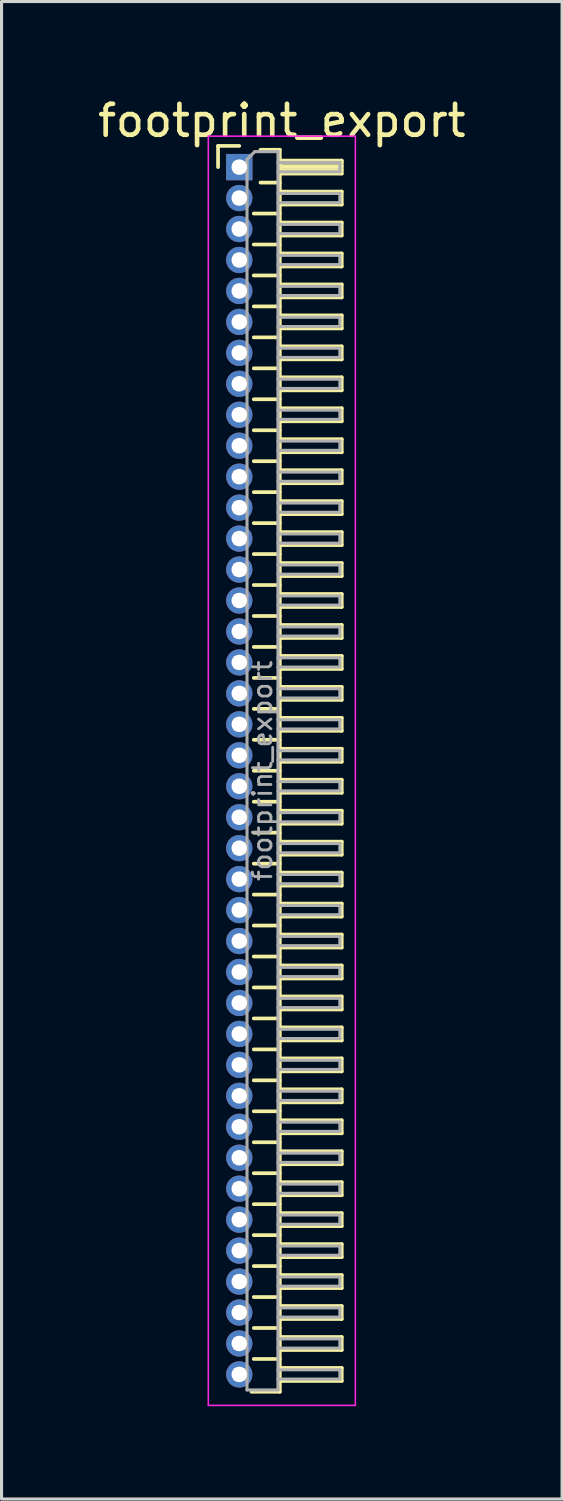
<source format=kicad_pcb>
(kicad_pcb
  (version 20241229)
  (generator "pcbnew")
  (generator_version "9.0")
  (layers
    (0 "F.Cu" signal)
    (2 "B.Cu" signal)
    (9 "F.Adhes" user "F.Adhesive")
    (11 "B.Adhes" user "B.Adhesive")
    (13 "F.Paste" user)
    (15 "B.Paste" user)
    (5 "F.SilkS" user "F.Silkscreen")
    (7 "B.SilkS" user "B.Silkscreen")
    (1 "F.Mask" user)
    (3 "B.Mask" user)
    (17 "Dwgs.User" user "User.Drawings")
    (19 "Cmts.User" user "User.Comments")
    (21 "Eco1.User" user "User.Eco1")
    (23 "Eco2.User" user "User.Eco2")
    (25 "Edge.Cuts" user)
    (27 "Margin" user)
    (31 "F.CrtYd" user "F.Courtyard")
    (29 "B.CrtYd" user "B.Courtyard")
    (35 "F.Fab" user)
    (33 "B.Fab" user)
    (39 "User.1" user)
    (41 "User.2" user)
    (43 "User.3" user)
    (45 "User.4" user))
  (footprint "footprint_export"
    (layer "F.Cu")
    (at 4.679 2.348)
    (property "Reference" "footprint_export" (at 1.375 -1.5 0) (layer "F.SilkS") (effects (font (size 1 1) (thickness 0.15))))
    (attr through_hole)
    (fp_line (start -0.685 -0.685) (end 0 -0.685) (stroke (width 0.12) (type solid)) (layer "F.SilkS"))
    (fp_line (start -0.685 0) (end -0.685 -0.685) (stroke (width 0.12) (type solid)) (layer "F.SilkS"))
    (fp_line (start 0.468 1.5) (end 1.31 1.5) (stroke (width 0.12) (type solid)) (layer "F.SilkS"))
    (fp_line (start 0.468 2.5) (end 1.31 2.5) (stroke (width 0.12) (type solid)) (layer "F.SilkS"))
    (fp_line (start 0.468 3.5) (end 1.31 3.5) (stroke (width 0.12) (type solid)) (layer "F.SilkS"))
    (fp_line (start 0.468 4.5) (end 1.31 4.5) (stroke (width 0.12) (type solid)) (layer "F.SilkS"))
    (fp_line (start 0.468 5.5) (end 1.31 5.5) (stroke (width 0.12) (type solid)) (layer "F.SilkS"))
    (fp_line (start 0.468 6.5) (end 1.31 6.5) (stroke (width 0.12) (type solid)) (layer "F.SilkS"))
    (fp_line (start 0.468 7.5) (end 1.31 7.5) (stroke (width 0.12) (type solid)) (layer "F.SilkS"))
    (fp_line (start 0.468 8.5) (end 1.31 8.5) (stroke (width 0.12) (type solid)) (layer "F.SilkS"))
    (fp_line (start 0.468 9.5) (end 1.31 9.5) (stroke (width 0.12) (type solid)) (layer "F.SilkS"))
    (fp_line (start 0.468 10.5) (end 1.31 10.5) (stroke (width 0.12) (type solid)) (layer "F.SilkS"))
    (fp_line (start 0.468 11.5) (end 1.31 11.5) (stroke (width 0.12) (type solid)) (layer "F.SilkS"))
    (fp_line (start 0.468 12.5) (end 1.31 12.5) (stroke (width 0.12) (type solid)) (layer "F.SilkS"))
    (fp_line (start 0.468 13.5) (end 1.31 13.5) (stroke (width 0.12) (type solid)) (layer "F.SilkS"))
    (fp_line (start 0.468 14.5) (end 1.31 14.5) (stroke (width 0.12) (type solid)) (layer "F.SilkS"))
    (fp_line (start 0.468 15.5) (end 1.31 15.5) (stroke (width 0.12) (type solid)) (layer "F.SilkS"))
    (fp_line (start 0.468 16.5) (end 1.31 16.5) (stroke (width 0.12) (type solid)) (layer "F.SilkS"))
    (fp_line (start 0.468 17.5) (end 1.31 17.5) (stroke (width 0.12) (type solid)) (layer "F.SilkS"))
    (fp_line (start 0.468 18.5) (end 1.31 18.5) (stroke (width 0.12) (type solid)) (layer "F.SilkS"))
    (fp_line (start 0.468 19.5) (end 1.31 19.5) (stroke (width 0.12) (type solid)) (layer "F.SilkS"))
    (fp_line (start 0.468 20.5) (end 1.31 20.5) (stroke (width 0.12) (type solid)) (layer "F.SilkS"))
    (fp_line (start 0.468 21.5) (end 1.31 21.5) (stroke (width 0.12) (type solid)) (layer "F.SilkS"))
    (fp_line (start 0.468 22.5) (end 1.31 22.5) (stroke (width 0.12) (type solid)) (layer "F.SilkS"))
    (fp_line (start 0.468 23.5) (end 1.31 23.5) (stroke (width 0.12) (type solid)) (layer "F.SilkS"))
    (fp_line (start 0.468 24.5) (end 1.31 24.5) (stroke (width 0.12) (type solid)) (layer "F.SilkS"))
    (fp_line (start 0.468 25.5) (end 1.31 25.5) (stroke (width 0.12) (type solid)) (layer "F.SilkS"))
    (fp_line (start 0.468 26.5) (end 1.31 26.5) (stroke (width 0.12) (type solid)) (layer "F.SilkS"))
    (fp_line (start 0.468 27.5) (end 1.31 27.5) (stroke (width 0.12) (type solid)) (layer "F.SilkS"))
    (fp_line (start 0.468 28.5) (end 1.31 28.5) (stroke (width 0.12) (type solid)) (layer "F.SilkS"))
    (fp_line (start 0.468 29.5) (end 1.31 29.5) (stroke (width 0.12) (type solid)) (layer "F.SilkS"))
    (fp_line (start 0.468 30.5) (end 1.31 30.5) (stroke (width 0.12) (type solid)) (layer "F.SilkS"))
    (fp_line (start 0.468 31.5) (end 1.31 31.5) (stroke (width 0.12) (type solid)) (layer "F.SilkS"))
    (fp_line (start 0.468 32.5) (end 1.31 32.5) (stroke (width 0.12) (type solid)) (layer "F.SilkS"))
    (fp_line (start 0.468 33.5) (end 1.31 33.5) (stroke (width 0.12) (type solid)) (layer "F.SilkS"))
    (fp_line (start 0.468 34.5) (end 1.31 34.5) (stroke (width 0.12) (type solid)) (layer "F.SilkS"))
    (fp_line (start 0.468 35.5) (end 1.31 35.5) (stroke (width 0.12) (type solid)) (layer "F.SilkS"))
    (fp_line (start 0.468 36.5) (end 1.31 36.5) (stroke (width 0.12) (type solid)) (layer "F.SilkS"))
    (fp_line (start 0.468 37.5) (end 1.31 37.5) (stroke (width 0.12) (type solid)) (layer "F.SilkS"))
    (fp_line (start 0.468 38.5) (end 1.31 38.5) (stroke (width 0.12) (type solid)) (layer "F.SilkS"))
    (fp_line (start 0.685 -0.56) (end 1.31 -0.56) (stroke (width 0.12) (type solid)) (layer "F.SilkS"))
    (fp_line (start 0.685 0.5) (end 1.31 0.5) (stroke (width 0.12) (type solid)) (layer "F.SilkS"))
    (fp_line (start 1.31 -0.56) (end 1.31 39.56) (stroke (width 0.12) (type solid)) (layer "F.SilkS"))
    (fp_line (start 1.31 -0.21) (end 3.31 -0.21) (stroke (width 0.12) (type solid)) (layer "F.SilkS"))
    (fp_line (start 1.31 -0.15) (end 3.31 -0.15) (stroke (width 0.12) (type solid)) (layer "F.SilkS"))
    (fp_line (start 1.31 -0.03) (end 3.31 -0.03) (stroke (width 0.12) (type solid)) (layer "F.SilkS"))
    (fp_line (start 1.31 0.09) (end 3.31 0.09) (stroke (width 0.12) (type solid)) (layer "F.SilkS"))
    (fp_line (start 1.31 0.79) (end 3.31 0.79) (stroke (width 0.12) (type solid)) (layer "F.SilkS"))
    (fp_line (start 1.31 1.79) (end 3.31 1.79) (stroke (width 0.12) (type solid)) (layer "F.SilkS"))
    (fp_line (start 1.31 2.79) (end 3.31 2.79) (stroke (width 0.12) (type solid)) (layer "F.SilkS"))
    (fp_line (start 1.31 3.79) (end 3.31 3.79) (stroke (width 0.12) (type solid)) (layer "F.SilkS"))
    (fp_line (start 1.31 4.79) (end 3.31 4.79) (stroke (width 0.12) (type solid)) (layer "F.SilkS"))
    (fp_line (start 1.31 5.79) (end 3.31 5.79) (stroke (width 0.12) (type solid)) (layer "F.SilkS"))
    (fp_line (start 1.31 6.79) (end 3.31 6.79) (stroke (width 0.12) (type solid)) (layer "F.SilkS"))
    (fp_line (start 1.31 7.79) (end 3.31 7.79) (stroke (width 0.12) (type solid)) (layer "F.SilkS"))
    (fp_line (start 1.31 8.79) (end 3.31 8.79) (stroke (width 0.12) (type solid)) (layer "F.SilkS"))
    (fp_line (start 1.31 9.79) (end 3.31 9.79) (stroke (width 0.12) (type solid)) (layer "F.SilkS"))
    (fp_line (start 1.31 10.79) (end 3.31 10.79) (stroke (width 0.12) (type solid)) (layer "F.SilkS"))
    (fp_line (start 1.31 11.79) (end 3.31 11.79) (stroke (width 0.12) (type solid)) (layer "F.SilkS"))
    (fp_line (start 1.31 12.79) (end 3.31 12.79) (stroke (width 0.12) (type solid)) (layer "F.SilkS"))
    (fp_line (start 1.31 13.79) (end 3.31 13.79) (stroke (width 0.12) (type solid)) (layer "F.SilkS"))
    (fp_line (start 1.31 14.79) (end 3.31 14.79) (stroke (width 0.12) (type solid)) (layer "F.SilkS"))
    (fp_line (start 1.31 15.79) (end 3.31 15.79) (stroke (width 0.12) (type solid)) (layer "F.SilkS"))
    (fp_line (start 1.31 16.79) (end 3.31 16.79) (stroke (width 0.12) (type solid)) (layer "F.SilkS"))
    (fp_line (start 1.31 17.79) (end 3.31 17.79) (stroke (width 0.12) (type solid)) (layer "F.SilkS"))
    (fp_line (start 1.31 18.79) (end 3.31 18.79) (stroke (width 0.12) (type solid)) (layer "F.SilkS"))
    (fp_line (start 1.31 19.79) (end 3.31 19.79) (stroke (width 0.12) (type solid)) (layer "F.SilkS"))
    (fp_line (start 1.31 20.79) (end 3.31 20.79) (stroke (width 0.12) (type solid)) (layer "F.SilkS"))
    (fp_line (start 1.31 21.79) (end 3.31 21.79) (stroke (width 0.12) (type solid)) (layer "F.SilkS"))
    (fp_line (start 1.31 22.79) (end 3.31 22.79) (stroke (width 0.12) (type solid)) (layer "F.SilkS"))
    (fp_line (start 1.31 23.79) (end 3.31 23.79) (stroke (width 0.12) (type solid)) (layer "F.SilkS"))
    (fp_line (start 1.31 24.79) (end 3.31 24.79) (stroke (width 0.12) (type solid)) (layer "F.SilkS"))
    (fp_line (start 1.31 25.79) (end 3.31 25.79) (stroke (width 0.12) (type solid)) (layer "F.SilkS"))
    (fp_line (start 1.31 26.79) (end 3.31 26.79) (stroke (width 0.12) (type solid)) (layer "F.SilkS"))
    (fp_line (start 1.31 27.79) (end 3.31 27.79) (stroke (width 0.12) (type solid)) (layer "F.SilkS"))
    (fp_line (start 1.31 28.79) (end 3.31 28.79) (stroke (width 0.12) (type solid)) (layer "F.SilkS"))
    (fp_line (start 1.31 29.79) (end 3.31 29.79) (stroke (width 0.12) (type solid)) (layer "F.SilkS"))
    (fp_line (start 1.31 30.79) (end 3.31 30.79) (stroke (width 0.12) (type solid)) (layer "F.SilkS"))
    (fp_line (start 1.31 31.79) (end 3.31 31.79) (stroke (width 0.12) (type solid)) (layer "F.SilkS"))
    (fp_line (start 1.31 32.79) (end 3.31 32.79) (stroke (width 0.12) (type solid)) (layer "F.SilkS"))
    (fp_line (start 1.31 33.79) (end 3.31 33.79) (stroke (width 0.12) (type solid)) (layer "F.SilkS"))
    (fp_line (start 1.31 34.79) (end 3.31 34.79) (stroke (width 0.12) (type solid)) (layer "F.SilkS"))
    (fp_line (start 1.31 35.79) (end 3.31 35.79) (stroke (width 0.12) (type solid)) (layer "F.SilkS"))
    (fp_line (start 1.31 36.79) (end 3.31 36.79) (stroke (width 0.12) (type solid)) (layer "F.SilkS"))
    (fp_line (start 1.31 37.79) (end 3.31 37.79) (stroke (width 0.12) (type solid)) (layer "F.SilkS"))
    (fp_line (start 1.31 38.79) (end 3.31 38.79) (stroke (width 0.12) (type solid)) (layer "F.SilkS"))
    (fp_line (start 1.31 39.56) (end 0.394 39.56) (stroke (width 0.12) (type solid)) (layer "F.SilkS"))
    (fp_line (start 3.31 -0.21) (end 3.31 0.21) (stroke (width 0.12) (type solid)) (layer "F.SilkS"))
    (fp_line (start 3.31 0.21) (end 1.31 0.21) (stroke (width 0.12) (type solid)) (layer "F.SilkS"))
    (fp_line (start 3.31 0.79) (end 3.31 1.21) (stroke (width 0.12) (type solid)) (layer "F.SilkS"))
    (fp_line (start 3.31 1.21) (end 1.31 1.21) (stroke (width 0.12) (type solid)) (layer "F.SilkS"))
    (fp_line (start 3.31 1.79) (end 3.31 2.21) (stroke (width 0.12) (type solid)) (layer "F.SilkS"))
    (fp_line (start 3.31 2.21) (end 1.31 2.21) (stroke (width 0.12) (type solid)) (layer "F.SilkS"))
    (fp_line (start 3.31 2.79) (end 3.31 3.21) (stroke (width 0.12) (type solid)) (layer "F.SilkS"))
    (fp_line (start 3.31 3.21) (end 1.31 3.21) (stroke (width 0.12) (type solid)) (layer "F.SilkS"))
    (fp_line (start 3.31 3.79) (end 3.31 4.21) (stroke (width 0.12) (type solid)) (layer "F.SilkS"))
    (fp_line (start 3.31 4.21) (end 1.31 4.21) (stroke (width 0.12) (type solid)) (layer "F.SilkS"))
    (fp_line (start 3.31 4.79) (end 3.31 5.21) (stroke (width 0.12) (type solid)) (layer "F.SilkS"))
    (fp_line (start 3.31 5.21) (end 1.31 5.21) (stroke (width 0.12) (type solid)) (layer "F.SilkS"))
    (fp_line (start 3.31 5.79) (end 3.31 6.21) (stroke (width 0.12) (type solid)) (layer "F.SilkS"))
    (fp_line (start 3.31 6.21) (end 1.31 6.21) (stroke (width 0.12) (type solid)) (layer "F.SilkS"))
    (fp_line (start 3.31 6.79) (end 3.31 7.21) (stroke (width 0.12) (type solid)) (layer "F.SilkS"))
    (fp_line (start 3.31 7.21) (end 1.31 7.21) (stroke (width 0.12) (type solid)) (layer "F.SilkS"))
    (fp_line (start 3.31 7.79) (end 3.31 8.21) (stroke (width 0.12) (type solid)) (layer "F.SilkS"))
    (fp_line (start 3.31 8.21) (end 1.31 8.21) (stroke (width 0.12) (type solid)) (layer "F.SilkS"))
    (fp_line (start 3.31 8.79) (end 3.31 9.21) (stroke (width 0.12) (type solid)) (layer "F.SilkS"))
    (fp_line (start 3.31 9.21) (end 1.31 9.21) (stroke (width 0.12) (type solid)) (layer "F.SilkS"))
    (fp_line (start 3.31 9.79) (end 3.31 10.21) (stroke (width 0.12) (type solid)) (layer "F.SilkS"))
    (fp_line (start 3.31 10.21) (end 1.31 10.21) (stroke (width 0.12) (type solid)) (layer "F.SilkS"))
    (fp_line (start 3.31 10.79) (end 3.31 11.21) (stroke (width 0.12) (type solid)) (layer "F.SilkS"))
    (fp_line (start 3.31 11.21) (end 1.31 11.21) (stroke (width 0.12) (type solid)) (layer "F.SilkS"))
    (fp_line (start 3.31 11.79) (end 3.31 12.21) (stroke (width 0.12) (type solid)) (layer "F.SilkS"))
    (fp_line (start 3.31 12.21) (end 1.31 12.21) (stroke (width 0.12) (type solid)) (layer "F.SilkS"))
    (fp_line (start 3.31 12.79) (end 3.31 13.21) (stroke (width 0.12) (type solid)) (layer "F.SilkS"))
    (fp_line (start 3.31 13.21) (end 1.31 13.21) (stroke (width 0.12) (type solid)) (layer "F.SilkS"))
    (fp_line (start 3.31 13.79) (end 3.31 14.21) (stroke (width 0.12) (type solid)) (layer "F.SilkS"))
    (fp_line (start 3.31 14.21) (end 1.31 14.21) (stroke (width 0.12) (type solid)) (layer "F.SilkS"))
    (fp_line (start 3.31 14.79) (end 3.31 15.21) (stroke (width 0.12) (type solid)) (layer "F.SilkS"))
    (fp_line (start 3.31 15.21) (end 1.31 15.21) (stroke (width 0.12) (type solid)) (layer "F.SilkS"))
    (fp_line (start 3.31 15.79) (end 3.31 16.21) (stroke (width 0.12) (type solid)) (layer "F.SilkS"))
    (fp_line (start 3.31 16.21) (end 1.31 16.21) (stroke (width 0.12) (type solid)) (layer "F.SilkS"))
    (fp_line (start 3.31 16.79) (end 3.31 17.21) (stroke (width 0.12) (type solid)) (layer "F.SilkS"))
    (fp_line (start 3.31 17.21) (end 1.31 17.21) (stroke (width 0.12) (type solid)) (layer "F.SilkS"))
    (fp_line (start 3.31 17.79) (end 3.31 18.21) (stroke (width 0.12) (type solid)) (layer "F.SilkS"))
    (fp_line (start 3.31 18.21) (end 1.31 18.21) (stroke (width 0.12) (type solid)) (layer "F.SilkS"))
    (fp_line (start 3.31 18.79) (end 3.31 19.21) (stroke (width 0.12) (type solid)) (layer "F.SilkS"))
    (fp_line (start 3.31 19.21) (end 1.31 19.21) (stroke (width 0.12) (type solid)) (layer "F.SilkS"))
    (fp_line (start 3.31 19.79) (end 3.31 20.21) (stroke (width 0.12) (type solid)) (layer "F.SilkS"))
    (fp_line (start 3.31 20.21) (end 1.31 20.21) (stroke (width 0.12) (type solid)) (layer "F.SilkS"))
    (fp_line (start 3.31 20.79) (end 3.31 21.21) (stroke (width 0.12) (type solid)) (layer "F.SilkS"))
    (fp_line (start 3.31 21.21) (end 1.31 21.21) (stroke (width 0.12) (type solid)) (layer "F.SilkS"))
    (fp_line (start 3.31 21.79) (end 3.31 22.21) (stroke (width 0.12) (type solid)) (layer "F.SilkS"))
    (fp_line (start 3.31 22.21) (end 1.31 22.21) (stroke (width 0.12) (type solid)) (layer "F.SilkS"))
    (fp_line (start 3.31 22.79) (end 3.31 23.21) (stroke (width 0.12) (type solid)) (layer "F.SilkS"))
    (fp_line (start 3.31 23.21) (end 1.31 23.21) (stroke (width 0.12) (type solid)) (layer "F.SilkS"))
    (fp_line (start 3.31 23.79) (end 3.31 24.21) (stroke (width 0.12) (type solid)) (layer "F.SilkS"))
    (fp_line (start 3.31 24.21) (end 1.31 24.21) (stroke (width 0.12) (type solid)) (layer "F.SilkS"))
    (fp_line (start 3.31 24.79) (end 3.31 25.21) (stroke (width 0.12) (type solid)) (layer "F.SilkS"))
    (fp_line (start 3.31 25.21) (end 1.31 25.21) (stroke (width 0.12) (type solid)) (layer "F.SilkS"))
    (fp_line (start 3.31 25.79) (end 3.31 26.21) (stroke (width 0.12) (type solid)) (layer "F.SilkS"))
    (fp_line (start 3.31 26.21) (end 1.31 26.21) (stroke (width 0.12) (type solid)) (layer "F.SilkS"))
    (fp_line (start 3.31 26.79) (end 3.31 27.21) (stroke (width 0.12) (type solid)) (layer "F.SilkS"))
    (fp_line (start 3.31 27.21) (end 1.31 27.21) (stroke (width 0.12) (type solid)) (layer "F.SilkS"))
    (fp_line (start 3.31 27.79) (end 3.31 28.21) (stroke (width 0.12) (type solid)) (layer "F.SilkS"))
    (fp_line (start 3.31 28.21) (end 1.31 28.21) (stroke (width 0.12) (type solid)) (layer "F.SilkS"))
    (fp_line (start 3.31 28.79) (end 3.31 29.21) (stroke (width 0.12) (type solid)) (layer "F.SilkS"))
    (fp_line (start 3.31 29.21) (end 1.31 29.21) (stroke (width 0.12) (type solid)) (layer "F.SilkS"))
    (fp_line (start 3.31 29.79) (end 3.31 30.21) (stroke (width 0.12) (type solid)) (layer "F.SilkS"))
    (fp_line (start 3.31 30.21) (end 1.31 30.21) (stroke (width 0.12) (type solid)) (layer "F.SilkS"))
    (fp_line (start 3.31 30.79) (end 3.31 31.21) (stroke (width 0.12) (type solid)) (layer "F.SilkS"))
    (fp_line (start 3.31 31.21) (end 1.31 31.21) (stroke (width 0.12) (type solid)) (layer "F.SilkS"))
    (fp_line (start 3.31 31.79) (end 3.31 32.21) (stroke (width 0.12) (type solid)) (layer "F.SilkS"))
    (fp_line (start 3.31 32.21) (end 1.31 32.21) (stroke (width 0.12) (type solid)) (layer "F.SilkS"))
    (fp_line (start 3.31 32.79) (end 3.31 33.21) (stroke (width 0.12) (type solid)) (layer "F.SilkS"))
    (fp_line (start 3.31 33.21) (end 1.31 33.21) (stroke (width 0.12) (type solid)) (layer "F.SilkS"))
    (fp_line (start 3.31 33.79) (end 3.31 34.21) (stroke (width 0.12) (type solid)) (layer "F.SilkS"))
    (fp_line (start 3.31 34.21) (end 1.31 34.21) (stroke (width 0.12) (type solid)) (layer "F.SilkS"))
    (fp_line (start 3.31 34.79) (end 3.31 35.21) (stroke (width 0.12) (type solid)) (layer "F.SilkS"))
    (fp_line (start 3.31 35.21) (end 1.31 35.21) (stroke (width 0.12) (type solid)) (layer "F.SilkS"))
    (fp_line (start 3.31 35.79) (end 3.31 36.21) (stroke (width 0.12) (type solid)) (layer "F.SilkS"))
    (fp_line (start 3.31 36.21) (end 1.31 36.21) (stroke (width 0.12) (type solid)) (layer "F.SilkS"))
    (fp_line (start 3.31 36.79) (end 3.31 37.21) (stroke (width 0.12) (type solid)) (layer "F.SilkS"))
    (fp_line (start 3.31 37.21) (end 1.31 37.21) (stroke (width 0.12) (type solid)) (layer "F.SilkS"))
    (fp_line (start 3.31 37.79) (end 3.31 38.21) (stroke (width 0.12) (type solid)) (layer "F.SilkS"))
    (fp_line (start 3.31 38.21) (end 1.31 38.21) (stroke (width 0.12) (type solid)) (layer "F.SilkS"))
    (fp_line (start 3.31 38.79) (end 3.31 39.21) (stroke (width 0.12) (type solid)) (layer "F.SilkS"))
    (fp_line (start 3.31 39.21) (end 1.31 39.21) (stroke (width 0.12) (type solid)) (layer "F.SilkS"))
    (fp_line (start -1 -1) (end -1 40) (stroke (width 0.05) (type solid)) (layer "F.CrtYd"))
    (fp_line (start -1 40) (end 3.75 40) (stroke (width 0.05) (type solid)) (layer "F.CrtYd"))
    (fp_line (start 3.75 -1) (end -1 -1) (stroke (width 0.05) (type solid)) (layer "F.CrtYd"))
    (fp_line (start 3.75 40) (end 3.75 -1) (stroke (width 0.05) (type solid)) (layer "F.CrtYd"))
    (fp_line (start -0.15 -0.15) (end -0.15 0.15) (stroke (width 0.1) (type solid)) (layer "F.Fab"))
    (fp_line (start -0.15 -0.15) (end 0.25 -0.15) (stroke (width 0.1) (type solid)) (layer "F.Fab"))
    (fp_line (start -0.15 0.15) (end 0.25 0.15) (stroke (width 0.1) (type solid)) (layer "F.Fab"))
    (fp_line (start -0.15 0.85) (end -0.15 1.15) (stroke (width 0.1) (type solid)) (layer "F.Fab"))
    (fp_line (start -0.15 0.85) (end 0.25 0.85) (stroke (width 0.1) (type solid)) (layer "F.Fab"))
    (fp_line (start -0.15 1.15) (end 0.25 1.15) (stroke (width 0.1) (type solid)) (layer "F.Fab"))
    (fp_line (start -0.15 1.85) (end -0.15 2.15) (stroke (width 0.1) (type solid)) (layer "F.Fab"))
    (fp_line (start -0.15 1.85) (end 0.25 1.85) (stroke (width 0.1) (type solid)) (layer "F.Fab"))
    (fp_line (start -0.15 2.15) (end 0.25 2.15) (stroke (width 0.1) (type solid)) (layer "F.Fab"))
    (fp_line (start -0.15 2.85) (end -0.15 3.15) (stroke (width 0.1) (type solid)) (layer "F.Fab"))
    (fp_line (start -0.15 2.85) (end 0.25 2.85) (stroke (width 0.1) (type solid)) (layer "F.Fab"))
    (fp_line (start -0.15 3.15) (end 0.25 3.15) (stroke (width 0.1) (type solid)) (layer "F.Fab"))
    (fp_line (start -0.15 3.85) (end -0.15 4.15) (stroke (width 0.1) (type solid)) (layer "F.Fab"))
    (fp_line (start -0.15 3.85) (end 0.25 3.85) (stroke (width 0.1) (type solid)) (layer "F.Fab"))
    (fp_line (start -0.15 4.15) (end 0.25 4.15) (stroke (width 0.1) (type solid)) (layer "F.Fab"))
    (fp_line (start -0.15 4.85) (end -0.15 5.15) (stroke (width 0.1) (type solid)) (layer "F.Fab"))
    (fp_line (start -0.15 4.85) (end 0.25 4.85) (stroke (width 0.1) (type solid)) (layer "F.Fab"))
    (fp_line (start -0.15 5.15) (end 0.25 5.15) (stroke (width 0.1) (type solid)) (layer "F.Fab"))
    (fp_line (start -0.15 5.85) (end -0.15 6.15) (stroke (width 0.1) (type solid)) (layer "F.Fab"))
    (fp_line (start -0.15 5.85) (end 0.25 5.85) (stroke (width 0.1) (type solid)) (layer "F.Fab"))
    (fp_line (start -0.15 6.15) (end 0.25 6.15) (stroke (width 0.1) (type solid)) (layer "F.Fab"))
    (fp_line (start -0.15 6.85) (end -0.15 7.15) (stroke (width 0.1) (type solid)) (layer "F.Fab"))
    (fp_line (start -0.15 6.85) (end 0.25 6.85) (stroke (width 0.1) (type solid)) (layer "F.Fab"))
    (fp_line (start -0.15 7.15) (end 0.25 7.15) (stroke (width 0.1) (type solid)) (layer "F.Fab"))
    (fp_line (start -0.15 7.85) (end -0.15 8.15) (stroke (width 0.1) (type solid)) (layer "F.Fab"))
    (fp_line (start -0.15 7.85) (end 0.25 7.85) (stroke (width 0.1) (type solid)) (layer "F.Fab"))
    (fp_line (start -0.15 8.15) (end 0.25 8.15) (stroke (width 0.1) (type solid)) (layer "F.Fab"))
    (fp_line (start -0.15 8.85) (end -0.15 9.15) (stroke (width 0.1) (type solid)) (layer "F.Fab"))
    (fp_line (start -0.15 8.85) (end 0.25 8.85) (stroke (width 0.1) (type solid)) (layer "F.Fab"))
    (fp_line (start -0.15 9.15) (end 0.25 9.15) (stroke (width 0.1) (type solid)) (layer "F.Fab"))
    (fp_line (start -0.15 9.85) (end -0.15 10.15) (stroke (width 0.1) (type solid)) (layer "F.Fab"))
    (fp_line (start -0.15 9.85) (end 0.25 9.85) (stroke (width 0.1) (type solid)) (layer "F.Fab"))
    (fp_line (start -0.15 10.15) (end 0.25 10.15) (stroke (width 0.1) (type solid)) (layer "F.Fab"))
    (fp_line (start -0.15 10.85) (end -0.15 11.15) (stroke (width 0.1) (type solid)) (layer "F.Fab"))
    (fp_line (start -0.15 10.85) (end 0.25 10.85) (stroke (width 0.1) (type solid)) (layer "F.Fab"))
    (fp_line (start -0.15 11.15) (end 0.25 11.15) (stroke (width 0.1) (type solid)) (layer "F.Fab"))
    (fp_line (start -0.15 11.85) (end -0.15 12.15) (stroke (width 0.1) (type solid)) (layer "F.Fab"))
    (fp_line (start -0.15 11.85) (end 0.25 11.85) (stroke (width 0.1) (type solid)) (layer "F.Fab"))
    (fp_line (start -0.15 12.15) (end 0.25 12.15) (stroke (width 0.1) (type solid)) (layer "F.Fab"))
    (fp_line (start -0.15 12.85) (end -0.15 13.15) (stroke (width 0.1) (type solid)) (layer "F.Fab"))
    (fp_line (start -0.15 12.85) (end 0.25 12.85) (stroke (width 0.1) (type solid)) (layer "F.Fab"))
    (fp_line (start -0.15 13.15) (end 0.25 13.15) (stroke (width 0.1) (type solid)) (layer "F.Fab"))
    (fp_line (start -0.15 13.85) (end -0.15 14.15) (stroke (width 0.1) (type solid)) (layer "F.Fab"))
    (fp_line (start -0.15 13.85) (end 0.25 13.85) (stroke (width 0.1) (type solid)) (layer "F.Fab"))
    (fp_line (start -0.15 14.15) (end 0.25 14.15) (stroke (width 0.1) (type solid)) (layer "F.Fab"))
    (fp_line (start -0.15 14.85) (end -0.15 15.15) (stroke (width 0.1) (type solid)) (layer "F.Fab"))
    (fp_line (start -0.15 14.85) (end 0.25 14.85) (stroke (width 0.1) (type solid)) (layer "F.Fab"))
    (fp_line (start -0.15 15.15) (end 0.25 15.15) (stroke (width 0.1) (type solid)) (layer "F.Fab"))
    (fp_line (start -0.15 15.85) (end -0.15 16.15) (stroke (width 0.1) (type solid)) (layer "F.Fab"))
    (fp_line (start -0.15 15.85) (end 0.25 15.85) (stroke (width 0.1) (type solid)) (layer "F.Fab"))
    (fp_line (start -0.15 16.15) (end 0.25 16.15) (stroke (width 0.1) (type solid)) (layer "F.Fab"))
    (fp_line (start -0.15 16.85) (end -0.15 17.15) (stroke (width 0.1) (type solid)) (layer "F.Fab"))
    (fp_line (start -0.15 16.85) (end 0.25 16.85) (stroke (width 0.1) (type solid)) (layer "F.Fab"))
    (fp_line (start -0.15 17.15) (end 0.25 17.15) (stroke (width 0.1) (type solid)) (layer "F.Fab"))
    (fp_line (start -0.15 17.85) (end -0.15 18.15) (stroke (width 0.1) (type solid)) (layer "F.Fab"))
    (fp_line (start -0.15 17.85) (end 0.25 17.85) (stroke (width 0.1) (type solid)) (layer "F.Fab"))
    (fp_line (start -0.15 18.15) (end 0.25 18.15) (stroke (width 0.1) (type solid)) (layer "F.Fab"))
    (fp_line (start -0.15 18.85) (end -0.15 19.15) (stroke (width 0.1) (type solid)) (layer "F.Fab"))
    (fp_line (start -0.15 18.85) (end 0.25 18.85) (stroke (width 0.1) (type solid)) (layer "F.Fab"))
    (fp_line (start -0.15 19.15) (end 0.25 19.15) (stroke (width 0.1) (type solid)) (layer "F.Fab"))
    (fp_line (start -0.15 19.85) (end -0.15 20.15) (stroke (width 0.1) (type solid)) (layer "F.Fab"))
    (fp_line (start -0.15 19.85) (end 0.25 19.85) (stroke (width 0.1) (type solid)) (layer "F.Fab"))
    (fp_line (start -0.15 20.15) (end 0.25 20.15) (stroke (width 0.1) (type solid)) (layer "F.Fab"))
    (fp_line (start -0.15 20.85) (end -0.15 21.15) (stroke (width 0.1) (type solid)) (layer "F.Fab"))
    (fp_line (start -0.15 20.85) (end 0.25 20.85) (stroke (width 0.1) (type solid)) (layer "F.Fab"))
    (fp_line (start -0.15 21.15) (end 0.25 21.15) (stroke (width 0.1) (type solid)) (layer "F.Fab"))
    (fp_line (start -0.15 21.85) (end -0.15 22.15) (stroke (width 0.1) (type solid)) (layer "F.Fab"))
    (fp_line (start -0.15 21.85) (end 0.25 21.85) (stroke (width 0.1) (type solid)) (layer "F.Fab"))
    (fp_line (start -0.15 22.15) (end 0.25 22.15) (stroke (width 0.1) (type solid)) (layer "F.Fab"))
    (fp_line (start -0.15 22.85) (end -0.15 23.15) (stroke (width 0.1) (type solid)) (layer "F.Fab"))
    (fp_line (start -0.15 22.85) (end 0.25 22.85) (stroke (width 0.1) (type solid)) (layer "F.Fab"))
    (fp_line (start -0.15 23.15) (end 0.25 23.15) (stroke (width 0.1) (type solid)) (layer "F.Fab"))
    (fp_line (start -0.15 23.85) (end -0.15 24.15) (stroke (width 0.1) (type solid)) (layer "F.Fab"))
    (fp_line (start -0.15 23.85) (end 0.25 23.85) (stroke (width 0.1) (type solid)) (layer "F.Fab"))
    (fp_line (start -0.15 24.15) (end 0.25 24.15) (stroke (width 0.1) (type solid)) (layer "F.Fab"))
    (fp_line (start -0.15 24.85) (end -0.15 25.15) (stroke (width 0.1) (type solid)) (layer "F.Fab"))
    (fp_line (start -0.15 24.85) (end 0.25 24.85) (stroke (width 0.1) (type solid)) (layer "F.Fab"))
    (fp_line (start -0.15 25.15) (end 0.25 25.15) (stroke (width 0.1) (type solid)) (layer "F.Fab"))
    (fp_line (start -0.15 25.85) (end -0.15 26.15) (stroke (width 0.1) (type solid)) (layer "F.Fab"))
    (fp_line (start -0.15 25.85) (end 0.25 25.85) (stroke (width 0.1) (type solid)) (layer "F.Fab"))
    (fp_line (start -0.15 26.15) (end 0.25 26.15) (stroke (width 0.1) (type solid)) (layer "F.Fab"))
    (fp_line (start -0.15 26.85) (end -0.15 27.15) (stroke (width 0.1) (type solid)) (layer "F.Fab"))
    (fp_line (start -0.15 26.85) (end 0.25 26.85) (stroke (width 0.1) (type solid)) (layer "F.Fab"))
    (fp_line (start -0.15 27.15) (end 0.25 27.15) (stroke (width 0.1) (type solid)) (layer "F.Fab"))
    (fp_line (start -0.15 27.85) (end -0.15 28.15) (stroke (width 0.1) (type solid)) (layer "F.Fab"))
    (fp_line (start -0.15 27.85) (end 0.25 27.85) (stroke (width 0.1) (type solid)) (layer "F.Fab"))
    (fp_line (start -0.15 28.15) (end 0.25 28.15) (stroke (width 0.1) (type solid)) (layer "F.Fab"))
    (fp_line (start -0.15 28.85) (end -0.15 29.15) (stroke (width 0.1) (type solid)) (layer "F.Fab"))
    (fp_line (start -0.15 28.85) (end 0.25 28.85) (stroke (width 0.1) (type solid)) (layer "F.Fab"))
    (fp_line (start -0.15 29.15) (end 0.25 29.15) (stroke (width 0.1) (type solid)) (layer "F.Fab"))
    (fp_line (start -0.15 29.85) (end -0.15 30.15) (stroke (width 0.1) (type solid)) (layer "F.Fab"))
    (fp_line (start -0.15 29.85) (end 0.25 29.85) (stroke (width 0.1) (type solid)) (layer "F.Fab"))
    (fp_line (start -0.15 30.15) (end 0.25 30.15) (stroke (width 0.1) (type solid)) (layer "F.Fab"))
    (fp_line (start -0.15 30.85) (end -0.15 31.15) (stroke (width 0.1) (type solid)) (layer "F.Fab"))
    (fp_line (start -0.15 30.85) (end 0.25 30.85) (stroke (width 0.1) (type solid)) (layer "F.Fab"))
    (fp_line (start -0.15 31.15) (end 0.25 31.15) (stroke (width 0.1) (type solid)) (layer "F.Fab"))
    (fp_line (start -0.15 31.85) (end -0.15 32.15) (stroke (width 0.1) (type solid)) (layer "F.Fab"))
    (fp_line (start -0.15 31.85) (end 0.25 31.85) (stroke (width 0.1) (type solid)) (layer "F.Fab"))
    (fp_line (start -0.15 32.15) (end 0.25 32.15) (stroke (width 0.1) (type solid)) (layer "F.Fab"))
    (fp_line (start -0.15 32.85) (end -0.15 33.15) (stroke (width 0.1) (type solid)) (layer "F.Fab"))
    (fp_line (start -0.15 32.85) (end 0.25 32.85) (stroke (width 0.1) (type solid)) (layer "F.Fab"))
    (fp_line (start -0.15 33.15) (end 0.25 33.15) (stroke (width 0.1) (type solid)) (layer "F.Fab"))
    (fp_line (start -0.15 33.85) (end -0.15 34.15) (stroke (width 0.1) (type solid)) (layer "F.Fab"))
    (fp_line (start -0.15 33.85) (end 0.25 33.85) (stroke (width 0.1) (type solid)) (layer "F.Fab"))
    (fp_line (start -0.15 34.15) (end 0.25 34.15) (stroke (width 0.1) (type solid)) (layer "F.Fab"))
    (fp_line (start -0.15 34.85) (end -0.15 35.15) (stroke (width 0.1) (type solid)) (layer "F.Fab"))
    (fp_line (start -0.15 34.85) (end 0.25 34.85) (stroke (width 0.1) (type solid)) (layer "F.Fab"))
    (fp_line (start -0.15 35.15) (end 0.25 35.15) (stroke (width 0.1) (type solid)) (layer "F.Fab"))
    (fp_line (start -0.15 35.85) (end -0.15 36.15) (stroke (width 0.1) (type solid)) (layer "F.Fab"))
    (fp_line (start -0.15 35.85) (end 0.25 35.85) (stroke (width 0.1) (type solid)) (layer "F.Fab"))
    (fp_line (start -0.15 36.15) (end 0.25 36.15) (stroke (width 0.1) (type solid)) (layer "F.Fab"))
    (fp_line (start -0.15 36.85) (end -0.15 37.15) (stroke (width 0.1) (type solid)) (layer "F.Fab"))
    (fp_line (start -0.15 36.85) (end 0.25 36.85) (stroke (width 0.1) (type solid)) (layer "F.Fab"))
    (fp_line (start -0.15 37.15) (end 0.25 37.15) (stroke (width 0.1) (type solid)) (layer "F.Fab"))
    (fp_line (start -0.15 37.85) (end -0.15 38.15) (stroke (width 0.1) (type solid)) (layer "F.Fab"))
    (fp_line (start -0.15 37.85) (end 0.25 37.85) (stroke (width 0.1) (type solid)) (layer "F.Fab"))
    (fp_line (start -0.15 38.15) (end 0.25 38.15) (stroke (width 0.1) (type solid)) (layer "F.Fab"))
    (fp_line (start -0.15 38.85) (end -0.15 39.15) (stroke (width 0.1) (type solid)) (layer "F.Fab"))
    (fp_line (start -0.15 38.85) (end 0.25 38.85) (stroke (width 0.1) (type solid)) (layer "F.Fab"))
    (fp_line (start -0.15 39.15) (end 0.25 39.15) (stroke (width 0.1) (type solid)) (layer "F.Fab"))
    (fp_line (start 0.25 -0.25) (end 0.5 -0.5) (stroke (width 0.1) (type solid)) (layer "F.Fab"))
    (fp_line (start 0.25 39.5) (end 0.25 -0.25) (stroke (width 0.1) (type solid)) (layer "F.Fab"))
    (fp_line (start 0.5 -0.5) (end 1.25 -0.5) (stroke (width 0.1) (type solid)) (layer "F.Fab"))
    (fp_line (start 1.25 -0.5) (end 1.25 39.5) (stroke (width 0.1) (type solid)) (layer "F.Fab"))
    (fp_line (start 1.25 -0.15) (end 3.25 -0.15) (stroke (width 0.1) (type solid)) (layer "F.Fab"))
    (fp_line (start 1.25 0.15) (end 3.25 0.15) (stroke (width 0.1) (type solid)) (layer "F.Fab"))
    (fp_line (start 1.25 0.85) (end 3.25 0.85) (stroke (width 0.1) (type solid)) (layer "F.Fab"))
    (fp_line (start 1.25 1.15) (end 3.25 1.15) (stroke (width 0.1) (type solid)) (layer "F.Fab"))
    (fp_line (start 1.25 1.85) (end 3.25 1.85) (stroke (width 0.1) (type solid)) (layer "F.Fab"))
    (fp_line (start 1.25 2.15) (end 3.25 2.15) (stroke (width 0.1) (type solid)) (layer "F.Fab"))
    (fp_line (start 1.25 2.85) (end 3.25 2.85) (stroke (width 0.1) (type solid)) (layer "F.Fab"))
    (fp_line (start 1.25 3.15) (end 3.25 3.15) (stroke (width 0.1) (type solid)) (layer "F.Fab"))
    (fp_line (start 1.25 3.85) (end 3.25 3.85) (stroke (width 0.1) (type solid)) (layer "F.Fab"))
    (fp_line (start 1.25 4.15) (end 3.25 4.15) (stroke (width 0.1) (type solid)) (layer "F.Fab"))
    (fp_line (start 1.25 4.85) (end 3.25 4.85) (stroke (width 0.1) (type solid)) (layer "F.Fab"))
    (fp_line (start 1.25 5.15) (end 3.25 5.15) (stroke (width 0.1) (type solid)) (layer "F.Fab"))
    (fp_line (start 1.25 5.85) (end 3.25 5.85) (stroke (width 0.1) (type solid)) (layer "F.Fab"))
    (fp_line (start 1.25 6.15) (end 3.25 6.15) (stroke (width 0.1) (type solid)) (layer "F.Fab"))
    (fp_line (start 1.25 6.85) (end 3.25 6.85) (stroke (width 0.1) (type solid)) (layer "F.Fab"))
    (fp_line (start 1.25 7.15) (end 3.25 7.15) (stroke (width 0.1) (type solid)) (layer "F.Fab"))
    (fp_line (start 1.25 7.85) (end 3.25 7.85) (stroke (width 0.1) (type solid)) (layer "F.Fab"))
    (fp_line (start 1.25 8.15) (end 3.25 8.15) (stroke (width 0.1) (type solid)) (layer "F.Fab"))
    (fp_line (start 1.25 8.85) (end 3.25 8.85) (stroke (width 0.1) (type solid)) (layer "F.Fab"))
    (fp_line (start 1.25 9.15) (end 3.25 9.15) (stroke (width 0.1) (type solid)) (layer "F.Fab"))
    (fp_line (start 1.25 9.85) (end 3.25 9.85) (stroke (width 0.1) (type solid)) (layer "F.Fab"))
    (fp_line (start 1.25 10.15) (end 3.25 10.15) (stroke (width 0.1) (type solid)) (layer "F.Fab"))
    (fp_line (start 1.25 10.85) (end 3.25 10.85) (stroke (width 0.1) (type solid)) (layer "F.Fab"))
    (fp_line (start 1.25 11.15) (end 3.25 11.15) (stroke (width 0.1) (type solid)) (layer "F.Fab"))
    (fp_line (start 1.25 11.85) (end 3.25 11.85) (stroke (width 0.1) (type solid)) (layer "F.Fab"))
    (fp_line (start 1.25 12.15) (end 3.25 12.15) (stroke (width 0.1) (type solid)) (layer "F.Fab"))
    (fp_line (start 1.25 12.85) (end 3.25 12.85) (stroke (width 0.1) (type solid)) (layer "F.Fab"))
    (fp_line (start 1.25 13.15) (end 3.25 13.15) (stroke (width 0.1) (type solid)) (layer "F.Fab"))
    (fp_line (start 1.25 13.85) (end 3.25 13.85) (stroke (width 0.1) (type solid)) (layer "F.Fab"))
    (fp_line (start 1.25 14.15) (end 3.25 14.15) (stroke (width 0.1) (type solid)) (layer "F.Fab"))
    (fp_line (start 1.25 14.85) (end 3.25 14.85) (stroke (width 0.1) (type solid)) (layer "F.Fab"))
    (fp_line (start 1.25 15.15) (end 3.25 15.15) (stroke (width 0.1) (type solid)) (layer "F.Fab"))
    (fp_line (start 1.25 15.85) (end 3.25 15.85) (stroke (width 0.1) (type solid)) (layer "F.Fab"))
    (fp_line (start 1.25 16.15) (end 3.25 16.15) (stroke (width 0.1) (type solid)) (layer "F.Fab"))
    (fp_line (start 1.25 16.85) (end 3.25 16.85) (stroke (width 0.1) (type solid)) (layer "F.Fab"))
    (fp_line (start 1.25 17.15) (end 3.25 17.15) (stroke (width 0.1) (type solid)) (layer "F.Fab"))
    (fp_line (start 1.25 17.85) (end 3.25 17.85) (stroke (width 0.1) (type solid)) (layer "F.Fab"))
    (fp_line (start 1.25 18.15) (end 3.25 18.15) (stroke (width 0.1) (type solid)) (layer "F.Fab"))
    (fp_line (start 1.25 18.85) (end 3.25 18.85) (stroke (width 0.1) (type solid)) (layer "F.Fab"))
    (fp_line (start 1.25 19.15) (end 3.25 19.15) (stroke (width 0.1) (type solid)) (layer "F.Fab"))
    (fp_line (start 1.25 19.85) (end 3.25 19.85) (stroke (width 0.1) (type solid)) (layer "F.Fab"))
    (fp_line (start 1.25 20.15) (end 3.25 20.15) (stroke (width 0.1) (type solid)) (layer "F.Fab"))
    (fp_line (start 1.25 20.85) (end 3.25 20.85) (stroke (width 0.1) (type solid)) (layer "F.Fab"))
    (fp_line (start 1.25 21.15) (end 3.25 21.15) (stroke (width 0.1) (type solid)) (layer "F.Fab"))
    (fp_line (start 1.25 21.85) (end 3.25 21.85) (stroke (width 0.1) (type solid)) (layer "F.Fab"))
    (fp_line (start 1.25 22.15) (end 3.25 22.15) (stroke (width 0.1) (type solid)) (layer "F.Fab"))
    (fp_line (start 1.25 22.85) (end 3.25 22.85) (stroke (width 0.1) (type solid)) (layer "F.Fab"))
    (fp_line (start 1.25 23.15) (end 3.25 23.15) (stroke (width 0.1) (type solid)) (layer "F.Fab"))
    (fp_line (start 1.25 23.85) (end 3.25 23.85) (stroke (width 0.1) (type solid)) (layer "F.Fab"))
    (fp_line (start 1.25 24.15) (end 3.25 24.15) (stroke (width 0.1) (type solid)) (layer "F.Fab"))
    (fp_line (start 1.25 24.85) (end 3.25 24.85) (stroke (width 0.1) (type solid)) (layer "F.Fab"))
    (fp_line (start 1.25 25.15) (end 3.25 25.15) (stroke (width 0.1) (type solid)) (layer "F.Fab"))
    (fp_line (start 1.25 25.85) (end 3.25 25.85) (stroke (width 0.1) (type solid)) (layer "F.Fab"))
    (fp_line (start 1.25 26.15) (end 3.25 26.15) (stroke (width 0.1) (type solid)) (layer "F.Fab"))
    (fp_line (start 1.25 26.85) (end 3.25 26.85) (stroke (width 0.1) (type solid)) (layer "F.Fab"))
    (fp_line (start 1.25 27.15) (end 3.25 27.15) (stroke (width 0.1) (type solid)) (layer "F.Fab"))
    (fp_line (start 1.25 27.85) (end 3.25 27.85) (stroke (width 0.1) (type solid)) (layer "F.Fab"))
    (fp_line (start 1.25 28.15) (end 3.25 28.15) (stroke (width 0.1) (type solid)) (layer "F.Fab"))
    (fp_line (start 1.25 28.85) (end 3.25 28.85) (stroke (width 0.1) (type solid)) (layer "F.Fab"))
    (fp_line (start 1.25 29.15) (end 3.25 29.15) (stroke (width 0.1) (type solid)) (layer "F.Fab"))
    (fp_line (start 1.25 29.85) (end 3.25 29.85) (stroke (width 0.1) (type solid)) (layer "F.Fab"))
    (fp_line (start 1.25 30.15) (end 3.25 30.15) (stroke (width 0.1) (type solid)) (layer "F.Fab"))
    (fp_line (start 1.25 30.85) (end 3.25 30.85) (stroke (width 0.1) (type solid)) (layer "F.Fab"))
    (fp_line (start 1.25 31.15) (end 3.25 31.15) (stroke (width 0.1) (type solid)) (layer "F.Fab"))
    (fp_line (start 1.25 31.85) (end 3.25 31.85) (stroke (width 0.1) (type solid)) (layer "F.Fab"))
    (fp_line (start 1.25 32.15) (end 3.25 32.15) (stroke (width 0.1) (type solid)) (layer "F.Fab"))
    (fp_line (start 1.25 32.85) (end 3.25 32.85) (stroke (width 0.1) (type solid)) (layer "F.Fab"))
    (fp_line (start 1.25 33.15) (end 3.25 33.15) (stroke (width 0.1) (type solid)) (layer "F.Fab"))
    (fp_line (start 1.25 33.85) (end 3.25 33.85) (stroke (width 0.1) (type solid)) (layer "F.Fab"))
    (fp_line (start 1.25 34.15) (end 3.25 34.15) (stroke (width 0.1) (type solid)) (layer "F.Fab"))
    (fp_line (start 1.25 34.85) (end 3.25 34.85) (stroke (width 0.1) (type solid)) (layer "F.Fab"))
    (fp_line (start 1.25 35.15) (end 3.25 35.15) (stroke (width 0.1) (type solid)) (layer "F.Fab"))
    (fp_line (start 1.25 35.85) (end 3.25 35.85) (stroke (width 0.1) (type solid)) (layer "F.Fab"))
    (fp_line (start 1.25 36.15) (end 3.25 36.15) (stroke (width 0.1) (type solid)) (layer "F.Fab"))
    (fp_line (start 1.25 36.85) (end 3.25 36.85) (stroke (width 0.1) (type solid)) (layer "F.Fab"))
    (fp_line (start 1.25 37.15) (end 3.25 37.15) (stroke (width 0.1) (type solid)) (layer "F.Fab"))
    (fp_line (start 1.25 37.85) (end 3.25 37.85) (stroke (width 0.1) (type solid)) (layer "F.Fab"))
    (fp_line (start 1.25 38.15) (end 3.25 38.15) (stroke (width 0.1) (type solid)) (layer "F.Fab"))
    (fp_line (start 1.25 38.85) (end 3.25 38.85) (stroke (width 0.1) (type solid)) (layer "F.Fab"))
    (fp_line (start 1.25 39.15) (end 3.25 39.15) (stroke (width 0.1) (type solid)) (layer "F.Fab"))
    (fp_line (start 1.25 39.5) (end 0.25 39.5) (stroke (width 0.1) (type solid)) (layer "F.Fab"))
    (fp_line (start 3.25 -0.15) (end 3.25 0.15) (stroke (width 0.1) (type solid)) (layer "F.Fab"))
    (fp_line (start 3.25 0.85) (end 3.25 1.15) (stroke (width 0.1) (type solid)) (layer "F.Fab"))
    (fp_line (start 3.25 1.85) (end 3.25 2.15) (stroke (width 0.1) (type solid)) (layer "F.Fab"))
    (fp_line (start 3.25 2.85) (end 3.25 3.15) (stroke (width 0.1) (type solid)) (layer "F.Fab"))
    (fp_line (start 3.25 3.85) (end 3.25 4.15) (stroke (width 0.1) (type solid)) (layer "F.Fab"))
    (fp_line (start 3.25 4.85) (end 3.25 5.15) (stroke (width 0.1) (type solid)) (layer "F.Fab"))
    (fp_line (start 3.25 5.85) (end 3.25 6.15) (stroke (width 0.1) (type solid)) (layer "F.Fab"))
    (fp_line (start 3.25 6.85) (end 3.25 7.15) (stroke (width 0.1) (type solid)) (layer "F.Fab"))
    (fp_line (start 3.25 7.85) (end 3.25 8.15) (stroke (width 0.1) (type solid)) (layer "F.Fab"))
    (fp_line (start 3.25 8.85) (end 3.25 9.15) (stroke (width 0.1) (type solid)) (layer "F.Fab"))
    (fp_line (start 3.25 9.85) (end 3.25 10.15) (stroke (width 0.1) (type solid)) (layer "F.Fab"))
    (fp_line (start 3.25 10.85) (end 3.25 11.15) (stroke (width 0.1) (type solid)) (layer "F.Fab"))
    (fp_line (start 3.25 11.85) (end 3.25 12.15) (stroke (width 0.1) (type solid)) (layer "F.Fab"))
    (fp_line (start 3.25 12.85) (end 3.25 13.15) (stroke (width 0.1) (type solid)) (layer "F.Fab"))
    (fp_line (start 3.25 13.85) (end 3.25 14.15) (stroke (width 0.1) (type solid)) (layer "F.Fab"))
    (fp_line (start 3.25 14.85) (end 3.25 15.15) (stroke (width 0.1) (type solid)) (layer "F.Fab"))
    (fp_line (start 3.25 15.85) (end 3.25 16.15) (stroke (width 0.1) (type solid)) (layer "F.Fab"))
    (fp_line (start 3.25 16.85) (end 3.25 17.15) (stroke (width 0.1) (type solid)) (layer "F.Fab"))
    (fp_line (start 3.25 17.85) (end 3.25 18.15) (stroke (width 0.1) (type solid)) (layer "F.Fab"))
    (fp_line (start 3.25 18.85) (end 3.25 19.15) (stroke (width 0.1) (type solid)) (layer "F.Fab"))
    (fp_line (start 3.25 19.85) (end 3.25 20.15) (stroke (width 0.1) (type solid)) (layer "F.Fab"))
    (fp_line (start 3.25 20.85) (end 3.25 21.15) (stroke (width 0.1) (type solid)) (layer "F.Fab"))
    (fp_line (start 3.25 21.85) (end 3.25 22.15) (stroke (width 0.1) (type solid)) (layer "F.Fab"))
    (fp_line (start 3.25 22.85) (end 3.25 23.15) (stroke (width 0.1) (type solid)) (layer "F.Fab"))
    (fp_line (start 3.25 23.85) (end 3.25 24.15) (stroke (width 0.1) (type solid)) (layer "F.Fab"))
    (fp_line (start 3.25 24.85) (end 3.25 25.15) (stroke (width 0.1) (type solid)) (layer "F.Fab"))
    (fp_line (start 3.25 25.85) (end 3.25 26.15) (stroke (width 0.1) (type solid)) (layer "F.Fab"))
    (fp_line (start 3.25 26.85) (end 3.25 27.15) (stroke (width 0.1) (type solid)) (layer "F.Fab"))
    (fp_line (start 3.25 27.85) (end 3.25 28.15) (stroke (width 0.1) (type solid)) (layer "F.Fab"))
    (fp_line (start 3.25 28.85) (end 3.25 29.15) (stroke (width 0.1) (type solid)) (layer "F.Fab"))
    (fp_line (start 3.25 29.85) (end 3.25 30.15) (stroke (width 0.1) (type solid)) (layer "F.Fab"))
    (fp_line (start 3.25 30.85) (end 3.25 31.15) (stroke (width 0.1) (type solid)) (layer "F.Fab"))
    (fp_line (start 3.25 31.85) (end 3.25 32.15) (stroke (width 0.1) (type solid)) (layer "F.Fab"))
    (fp_line (start 3.25 32.85) (end 3.25 33.15) (stroke (width 0.1) (type solid)) (layer "F.Fab"))
    (fp_line (start 3.25 33.85) (end 3.25 34.15) (stroke (width 0.1) (type solid)) (layer "F.Fab"))
    (fp_line (start 3.25 34.85) (end 3.25 35.15) (stroke (width 0.1) (type solid)) (layer "F.Fab"))
    (fp_line (start 3.25 35.85) (end 3.25 36.15) (stroke (width 0.1) (type solid)) (layer "F.Fab"))
    (fp_line (start 3.25 36.85) (end 3.25 37.15) (stroke (width 0.1) (type solid)) (layer "F.Fab"))
    (fp_line (start 3.25 37.85) (end 3.25 38.15) (stroke (width 0.1) (type solid)) (layer "F.Fab"))
    (fp_line (start 3.25 38.85) (end 3.25 39.15) (stroke (width 0.1) (type solid)) (layer "F.Fab"))
    (fp_text user "${REFERENCE}" (at 0.75 19.5 90) (layer "F.Fab") (effects (font (size 0.6 0.6) (thickness 0.09))))
    (pad "1" thru_hole rect (at 0 0) (size 0.85 0.85) (drill 0.5) (layers "*.Cu" "*.Mask"))
    (pad "2" thru_hole oval (at 0 1) (size 0.85 0.85) (drill 0.5) (layers "*.Cu" "*.Mask"))
    (pad "3" thru_hole oval (at 0 2) (size 0.85 0.85) (drill 0.5) (layers "*.Cu" "*.Mask"))
    (pad "4" thru_hole oval (at 0 3) (size 0.85 0.85) (drill 0.5) (layers "*.Cu" "*.Mask"))
    (pad "5" thru_hole oval (at 0 4) (size 0.85 0.85) (drill 0.5) (layers "*.Cu" "*.Mask"))
    (pad "6" thru_hole oval (at 0 5) (size 0.85 0.85) (drill 0.5) (layers "*.Cu" "*.Mask"))
    (pad "7" thru_hole oval (at 0 6) (size 0.85 0.85) (drill 0.5) (layers "*.Cu" "*.Mask"))
    (pad "8" thru_hole oval (at 0 7) (size 0.85 0.85) (drill 0.5) (layers "*.Cu" "*.Mask"))
    (pad "9" thru_hole oval (at 0 8) (size 0.85 0.85) (drill 0.5) (layers "*.Cu" "*.Mask"))
    (pad "10" thru_hole oval (at 0 9) (size 0.85 0.85) (drill 0.5) (layers "*.Cu" "*.Mask"))
    (pad "11" thru_hole oval (at 0 10) (size 0.85 0.85) (drill 0.5) (layers "*.Cu" "*.Mask"))
    (pad "12" thru_hole oval (at 0 11) (size 0.85 0.85) (drill 0.5) (layers "*.Cu" "*.Mask"))
    (pad "13" thru_hole oval (at 0 12) (size 0.85 0.85) (drill 0.5) (layers "*.Cu" "*.Mask"))
    (pad "14" thru_hole oval (at 0 13) (size 0.85 0.85) (drill 0.5) (layers "*.Cu" "*.Mask"))
    (pad "15" thru_hole oval (at 0 14) (size 0.85 0.85) (drill 0.5) (layers "*.Cu" "*.Mask"))
    (pad "16" thru_hole oval (at 0 15) (size 0.85 0.85) (drill 0.5) (layers "*.Cu" "*.Mask"))
    (pad "17" thru_hole oval (at 0 16) (size 0.85 0.85) (drill 0.5) (layers "*.Cu" "*.Mask"))
    (pad "18" thru_hole oval (at 0 17) (size 0.85 0.85) (drill 0.5) (layers "*.Cu" "*.Mask"))
    (pad "19" thru_hole oval (at 0 18) (size 0.85 0.85) (drill 0.5) (layers "*.Cu" "*.Mask"))
    (pad "20" thru_hole oval (at 0 19) (size 0.85 0.85) (drill 0.5) (layers "*.Cu" "*.Mask"))
    (pad "21" thru_hole oval (at 0 20) (size 0.85 0.85) (drill 0.5) (layers "*.Cu" "*.Mask"))
    (pad "22" thru_hole oval (at 0 21) (size 0.85 0.85) (drill 0.5) (layers "*.Cu" "*.Mask"))
    (pad "23" thru_hole oval (at 0 22) (size 0.85 0.85) (drill 0.5) (layers "*.Cu" "*.Mask"))
    (pad "24" thru_hole oval (at 0 23) (size 0.85 0.85) (drill 0.5) (layers "*.Cu" "*.Mask"))
    (pad "25" thru_hole oval (at 0 24) (size 0.85 0.85) (drill 0.5) (layers "*.Cu" "*.Mask"))
    (pad "26" thru_hole oval (at 0 25) (size 0.85 0.85) (drill 0.5) (layers "*.Cu" "*.Mask"))
    (pad "27" thru_hole oval (at 0 26) (size 0.85 0.85) (drill 0.5) (layers "*.Cu" "*.Mask"))
    (pad "28" thru_hole oval (at 0 27) (size 0.85 0.85) (drill 0.5) (layers "*.Cu" "*.Mask"))
    (pad "29" thru_hole oval (at 0 28) (size 0.85 0.85) (drill 0.5) (layers "*.Cu" "*.Mask"))
    (pad "30" thru_hole oval (at 0 29) (size 0.85 0.85) (drill 0.5) (layers "*.Cu" "*.Mask"))
    (pad "31" thru_hole oval (at 0 30) (size 0.85 0.85) (drill 0.5) (layers "*.Cu" "*.Mask"))
    (pad "32" thru_hole oval (at 0 31) (size 0.85 0.85) (drill 0.5) (layers "*.Cu" "*.Mask"))
    (pad "33" thru_hole oval (at 0 32) (size 0.85 0.85) (drill 0.5) (layers "*.Cu" "*.Mask"))
    (pad "34" thru_hole oval (at 0 33) (size 0.85 0.85) (drill 0.5) (layers "*.Cu" "*.Mask"))
    (pad "35" thru_hole oval (at 0 34) (size 0.85 0.85) (drill 0.5) (layers "*.Cu" "*.Mask"))
    (pad "36" thru_hole oval (at 0 35) (size 0.85 0.85) (drill 0.5) (layers "*.Cu" "*.Mask"))
    (pad "37" thru_hole oval (at 0 36) (size 0.85 0.85) (drill 0.5) (layers "*.Cu" "*.Mask"))
    (pad "38" thru_hole oval (at 0 37) (size 0.85 0.85) (drill 0.5) (layers "*.Cu" "*.Mask"))
    (pad "39" thru_hole oval (at 0 38) (size 0.85 0.85) (drill 0.5) (layers "*.Cu" "*.Mask"))
    (pad "40" thru_hole oval (at 0 39) (size 0.85 0.85) (drill 0.5) (layers "*.Cu" "*.Mask")))
  (gr_rect
    (start -3 -3)
    (end 15.107 45.373)
    (stroke (width 0.1) (type default))
    (fill no)
    (layer "Edge.Cuts")))
</source>
